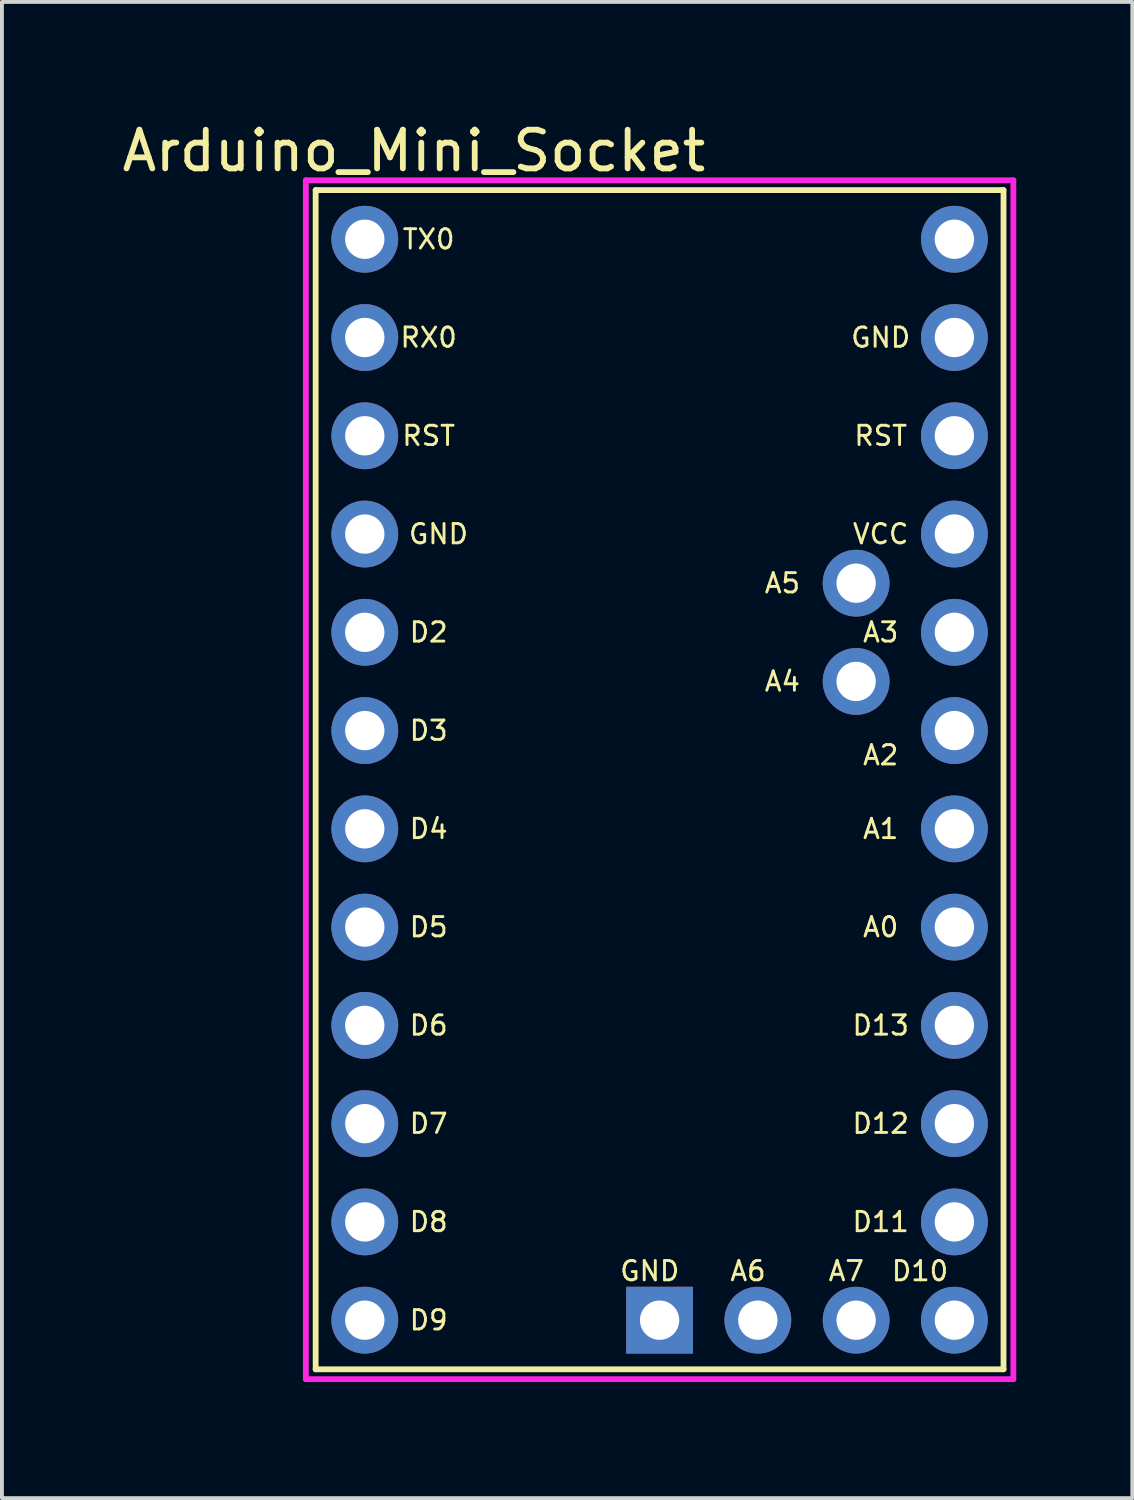
<source format=kicad_pcb>
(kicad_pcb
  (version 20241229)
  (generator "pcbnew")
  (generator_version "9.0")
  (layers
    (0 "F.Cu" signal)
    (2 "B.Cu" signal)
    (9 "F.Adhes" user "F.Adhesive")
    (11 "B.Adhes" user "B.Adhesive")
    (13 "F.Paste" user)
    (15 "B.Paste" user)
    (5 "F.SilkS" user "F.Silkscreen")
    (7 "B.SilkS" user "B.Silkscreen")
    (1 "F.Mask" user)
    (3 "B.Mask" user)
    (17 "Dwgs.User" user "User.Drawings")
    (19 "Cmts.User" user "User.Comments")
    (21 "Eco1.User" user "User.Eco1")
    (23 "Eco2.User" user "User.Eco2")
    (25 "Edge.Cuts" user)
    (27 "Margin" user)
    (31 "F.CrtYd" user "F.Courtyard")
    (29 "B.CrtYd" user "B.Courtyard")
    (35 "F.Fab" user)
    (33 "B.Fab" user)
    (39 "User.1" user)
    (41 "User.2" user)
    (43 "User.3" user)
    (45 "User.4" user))
  (footprint "Arduino_Mini_Socket"
    (layer "F.Cu")
    (at 5.109 32.344)
    (property "Reference" "Arduino_Mini_Socket" (at 2.54 -31.496 0) (layer "F.SilkS") (effects (font (size 1 1) (thickness 0.15))))
    (attr through_hole)
    (fp_line (start 0 -30.48) (end 17.78 -30.48) (stroke (width 0.15) (type solid)) (layer "F.SilkS"))
    (fp_line (start 0 0) (end 0 -30.48) (stroke (width 0.15) (type solid)) (layer "F.SilkS"))
    (fp_line (start 17.78 -30.48) (end 17.78 0) (stroke (width 0.15) (type solid)) (layer "F.SilkS"))
    (fp_line (start 17.78 0) (end 0 0) (stroke (width 0.15) (type solid)) (layer "F.SilkS"))
    (fp_line (start -0.254 -30.734) (end 18.034 -30.734) (stroke (width 0.15) (type solid)) (layer "F.CrtYd"))
    (fp_line (start -0.254 0.254) (end -0.254 -30.734) (stroke (width 0.15) (type solid)) (layer "F.CrtYd"))
    (fp_line (start 18.034 -30.734) (end 18.034 0.254) (stroke (width 0.15) (type solid)) (layer "F.CrtYd"))
    (fp_line (start 18.034 0.254) (end -0.254 0.254) (stroke (width 0.15) (type solid)) (layer "F.CrtYd"))
    (fp_text user "A1" (at 14.605 -13.97 0) (layer "F.SilkS") (effects (font (size 0.5 0.5) (thickness 0.075))))
    (fp_text user "D4" (at 2.921 -13.97 0) (layer "F.SilkS") (effects (font (size 0.5 0.5) (thickness 0.075))))
    (fp_text user "A0" (at 14.605 -11.43 0) (layer "F.SilkS") (effects (font (size 0.5 0.5) (thickness 0.075))))
    (fp_text user "A7" (at 13.716 -2.54 0) (layer "F.SilkS") (effects (font (size 0.5 0.5) (thickness 0.075))))
    (fp_text user "GND" (at 8.636 -2.54 0) (layer "F.SilkS") (effects (font (size 0.5 0.5) (thickness 0.075))))
    (fp_text user "GND" (at 3.175 -21.59 0) (layer "F.SilkS") (effects (font (size 0.5 0.5) (thickness 0.075))))
    (fp_text user "D2" (at 2.921 -19.05 0) (layer "F.SilkS") (effects (font (size 0.5 0.5) (thickness 0.075))))
    (fp_text user "GND" (at 14.605 -26.67 0) (layer "F.SilkS") (effects (font (size 0.5 0.5) (thickness 0.075))))
    (fp_text user "D6" (at 2.921 -8.89 0) (layer "F.SilkS") (effects (font (size 0.5 0.5) (thickness 0.075))))
    (fp_text user "A5" (at 12.065 -20.32 0) (layer "F.SilkS") (effects (font (size 0.5 0.5) (thickness 0.075))))
    (fp_text user "VCC" (at 14.605 -21.59 0) (layer "F.SilkS") (effects (font (size 0.5 0.5) (thickness 0.075))))
    (fp_text user "D13" (at 14.605 -8.89 0) (layer "F.SilkS") (effects (font (size 0.5 0.5) (thickness 0.075))))
    (fp_text user "RST" (at 14.605 -24.13 0) (layer "F.SilkS") (effects (font (size 0.5 0.5) (thickness 0.075))))
    (fp_text user "A6" (at 11.176 -2.54 0) (layer "F.SilkS") (effects (font (size 0.5 0.5) (thickness 0.075))))
    (fp_text user "TX0" (at 2.921 -29.21 0) (layer "F.SilkS") (effects (font (size 0.5 0.5) (thickness 0.075))))
    (fp_text user "D10" (at 15.621 -2.54 0) (layer "F.SilkS") (effects (font (size 0.5 0.5) (thickness 0.075))))
    (fp_text user "RST" (at 2.921 -24.13 0) (layer "F.SilkS") (effects (font (size 0.5 0.5) (thickness 0.075))))
    (fp_text user "A4" (at 12.065 -17.78 0) (layer "F.SilkS") (effects (font (size 0.5 0.5) (thickness 0.075))))
    (fp_text user "A3" (at 14.605 -19.05 0) (layer "F.SilkS") (effects (font (size 0.5 0.5) (thickness 0.075))))
    (fp_text user "D11" (at 14.605 -3.81 0) (layer "F.SilkS") (effects (font (size 0.5 0.5) (thickness 0.075))))
    (fp_text user "D7" (at 2.921 -6.35 0) (layer "F.SilkS") (effects (font (size 0.5 0.5) (thickness 0.075))))
    (fp_text user "A2" (at 14.605 -15.875 0) (layer "F.SilkS") (effects (font (size 0.5 0.5) (thickness 0.075))))
    (fp_text user "D12" (at 14.605 -6.35 0) (layer "F.SilkS") (effects (font (size 0.5 0.5) (thickness 0.075))))
    (fp_text user "D5" (at 2.921 -11.43 0) (layer "F.SilkS") (effects (font (size 0.5 0.5) (thickness 0.075))))
    (fp_text user "RX0" (at 2.921 -26.67 0) (layer "F.SilkS") (effects (font (size 0.5 0.5) (thickness 0.075))))
    (fp_text user "D9" (at 2.921 -1.27 0) (layer "F.SilkS") (effects (font (size 0.5 0.5) (thickness 0.075))))
    (fp_text user "D3" (at 2.921 -16.51 0) (layer "F.SilkS") (effects (font (size 0.5 0.5) (thickness 0.075))))
    (fp_text user "D8" (at 2.921 -3.81 0) (layer "F.SilkS") (effects (font (size 0.5 0.5) (thickness 0.075))))
    (pad "1" thru_hole circle (at 1.27 -29.21) (size 1.727 1.727) (drill 1.016) (layers "*.Cu" "*.Mask"))
    (pad "2" thru_hole circle (at 1.27 -26.67) (size 1.727 1.727) (drill 1.016) (layers "*.Cu" "*.Mask"))
    (pad "3" thru_hole circle (at 1.27 -24.13) (size 1.727 1.727) (drill 1.016) (layers "*.Cu" "*.Mask"))
    (pad "4" thru_hole oval (at 1.27 -21.59) (size 1.727 1.727) (drill 1.016) (layers "*.Cu" "*.Mask"))
    (pad "5" thru_hole circle (at 1.27 -19.05) (size 1.727 1.727) (drill 1.016) (layers "*.Cu" "*.Mask"))
    (pad "6" thru_hole circle (at 1.27 -16.51) (size 1.727 1.727) (drill 1.016) (layers "*.Cu" "*.Mask"))
    (pad "7" thru_hole circle (at 1.27 -13.97) (size 1.727 1.727) (drill 1.016) (layers "*.Cu" "*.Mask"))
    (pad "8" thru_hole circle (at 1.27 -11.43) (size 1.727 1.727) (drill 1.016) (layers "*.Cu" "*.Mask"))
    (pad "9" thru_hole circle (at 1.27 -8.89) (size 1.727 1.727) (drill 1.016) (layers "*.Cu" "*.Mask"))
    (pad "10" thru_hole circle (at 1.27 -6.35) (size 1.727 1.727) (drill 1.016) (layers "*.Cu" "*.Mask"))
    (pad "11" thru_hole circle (at 1.27 -3.81) (size 1.727 1.727) (drill 1.016) (layers "*.Cu" "*.Mask"))
    (pad "12" thru_hole circle (at 1.27 -1.27) (size 1.727 1.727) (drill 1.016) (layers "*.Cu" "*.Mask"))
    (pad "13" thru_hole rect (at 8.89 -1.27) (size 1.727 1.727) (drill 1.016) (layers "*.Cu" "*.Mask"))
    (pad "14" thru_hole circle (at 11.43 -1.27) (size 1.727 1.727) (drill 1.016) (layers "*.Cu" "*.Mask"))
    (pad "15" thru_hole circle (at 13.97 -1.27) (size 1.727 1.727) (drill 1.016) (layers "*.Cu" "*.Mask"))
    (pad "16" thru_hole circle (at 16.51 -1.27) (size 1.727 1.727) (drill 1.016) (layers "*.Cu" "*.Mask"))
    (pad "17" thru_hole circle (at 16.51 -3.81) (size 1.727 1.727) (drill 1.016) (layers "*.Cu" "*.Mask"))
    (pad "18" thru_hole circle (at 16.51 -6.35) (size 1.727 1.727) (drill 1.016) (layers "*.Cu" "*.Mask"))
    (pad "19" thru_hole circle (at 16.51 -8.89) (size 1.727 1.727) (drill 1.016) (layers "*.Cu" "*.Mask"))
    (pad "20" thru_hole circle (at 16.51 -11.43) (size 1.727 1.727) (drill 1.016) (layers "*.Cu" "*.Mask"))
    (pad "21" thru_hole circle (at 16.51 -13.97) (size 1.727 1.727) (drill 1.016) (layers "*.Cu" "*.Mask"))
    (pad "22" thru_hole circle (at 16.51 -16.51) (size 1.727 1.727) (drill 1.016) (layers "*.Cu" "*.Mask"))
    (pad "23" thru_hole circle (at 16.51 -19.05) (size 1.727 1.727) (drill 1.016) (layers "*.Cu" "*.Mask"))
    (pad "24" thru_hole circle (at 16.51 -21.59) (size 1.727 1.727) (drill 1.016) (layers "*.Cu" "*.Mask"))
    (pad "25" thru_hole circle (at 16.51 -24.13) (size 1.727 1.727) (drill 1.016) (layers "*.Cu" "*.Mask"))
    (pad "26" thru_hole oval (at 16.51 -26.67) (size 1.727 1.727) (drill 1.016) (layers "*.Cu" "*.Mask"))
    (pad "27" thru_hole circle (at 16.51 -29.21) (size 1.727 1.727) (drill 1.016) (layers "*.Cu" "*.Mask"))
    (pad "28" thru_hole circle (at 13.97 -17.78) (size 1.727 1.727) (drill 1.016) (layers "*.Cu" "*.Mask"))
    (pad "29" thru_hole circle (at 13.97 -20.32) (size 1.727 1.727) (drill 1.016) (layers "*.Cu" "*.Mask")))
  (gr_rect
    (start -3 -3)
    (end 26.218 35.673)
    (stroke (width 0.1) (type default))
    (fill no)
    (layer "Edge.Cuts")))
</source>
